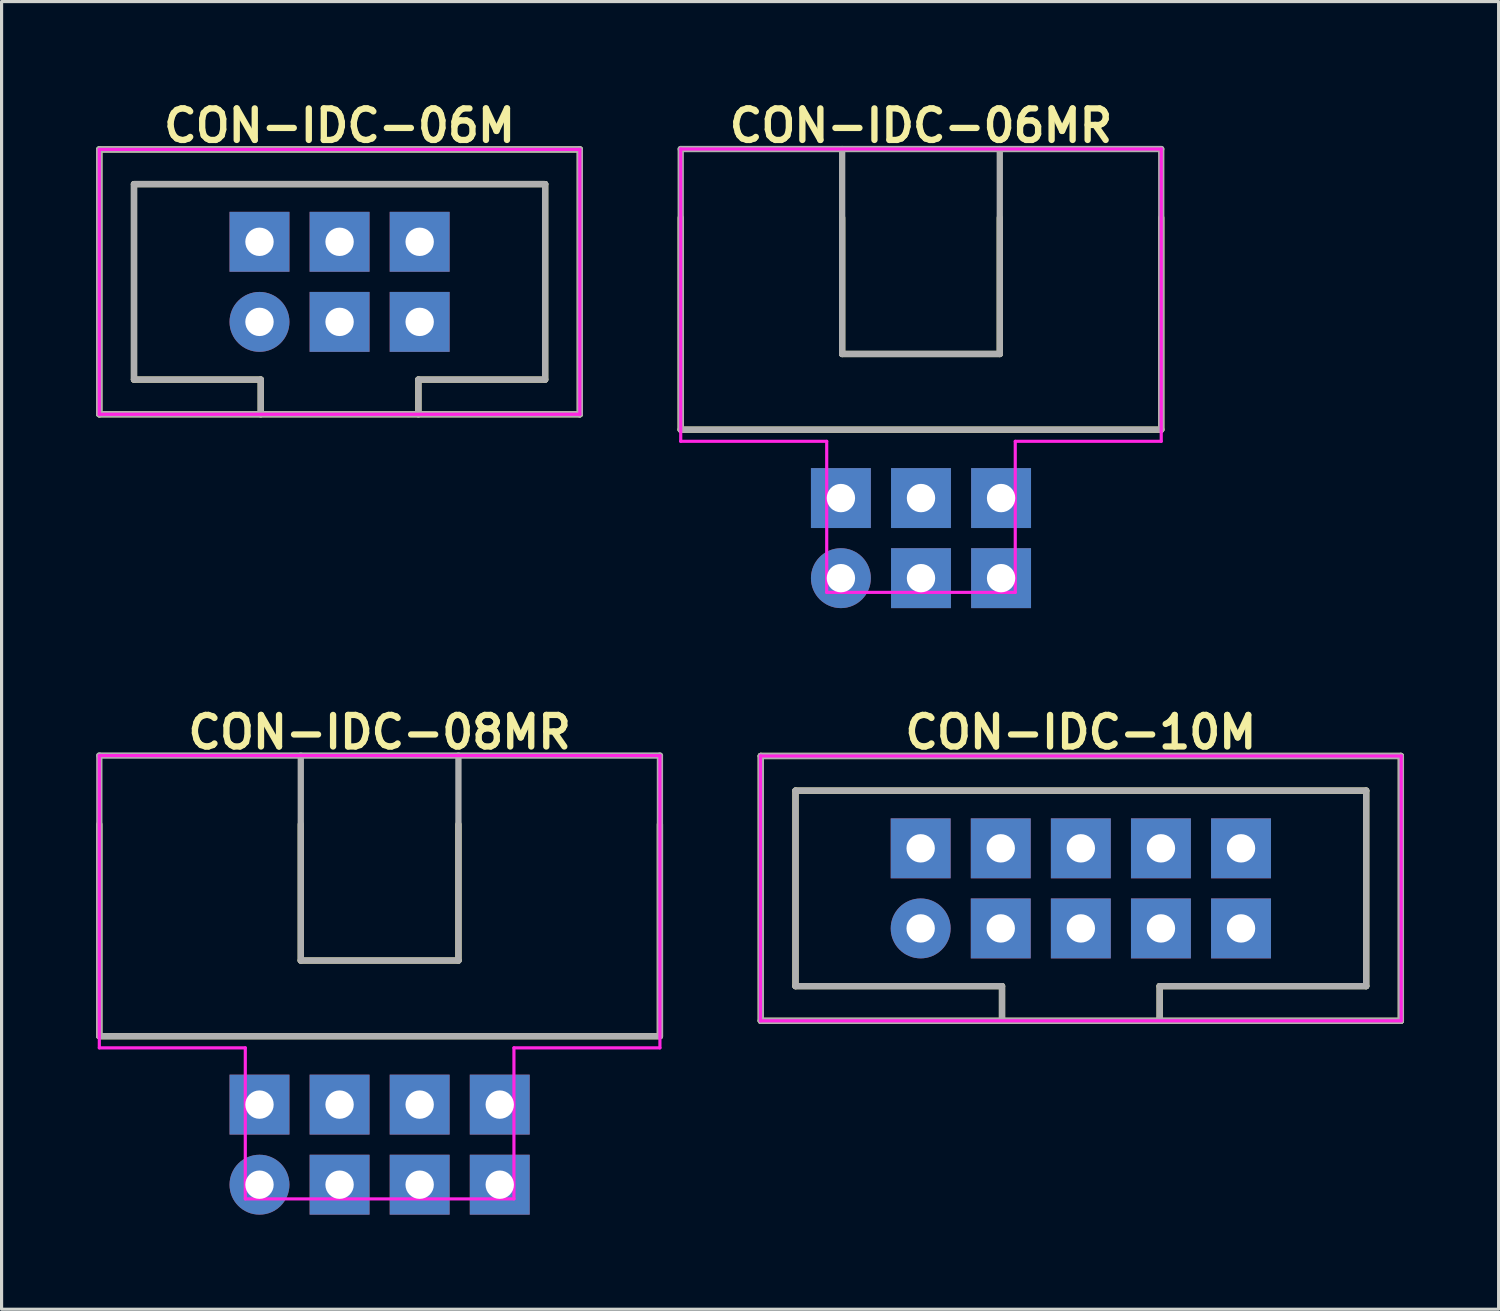
<source format=kicad_pcb>
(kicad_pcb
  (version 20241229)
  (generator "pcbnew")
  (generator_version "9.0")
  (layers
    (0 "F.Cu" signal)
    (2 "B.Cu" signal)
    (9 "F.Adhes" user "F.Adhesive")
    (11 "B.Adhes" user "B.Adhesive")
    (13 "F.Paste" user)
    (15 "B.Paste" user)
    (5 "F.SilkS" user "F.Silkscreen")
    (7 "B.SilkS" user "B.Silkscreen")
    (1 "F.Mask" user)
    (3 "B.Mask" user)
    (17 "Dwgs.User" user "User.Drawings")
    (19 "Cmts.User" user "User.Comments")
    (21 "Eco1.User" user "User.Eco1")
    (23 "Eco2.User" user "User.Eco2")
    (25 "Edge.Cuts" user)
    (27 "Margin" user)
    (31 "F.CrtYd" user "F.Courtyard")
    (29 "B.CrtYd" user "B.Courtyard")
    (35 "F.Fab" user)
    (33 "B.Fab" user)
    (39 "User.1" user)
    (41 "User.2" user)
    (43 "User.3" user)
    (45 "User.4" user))
  (footprint "CON-IDC-06MR"
    (layer "F.Cu")
    (at 26.16 14.017)
    (property "Reference" "CON-IDC-06MR" (at 0 -13.081 0) (layer "F.SilkS") (effects (font (size 1 1) (thickness 0.2))))
    (attr through_hole)
    (fp_line (start -7.62 -10.16) (end -7.62 -3.44) (stroke (width 0.2) (type solid)) (layer "F.SilkS"))
    (fp_line (start -7.62 -3.44) (end 7.62 -3.44) (stroke (width 0.2) (type solid)) (layer "F.SilkS"))
    (fp_line (start -2.5 -10.16) (end -2.5 -5.84) (stroke (width 0.2) (type solid)) (layer "F.SilkS"))
    (fp_line (start -2.5 -5.84) (end 2.5 -5.84) (stroke (width 0.2) (type solid)) (layer "F.SilkS"))
    (fp_line (start 2.5 -10.16) (end 2.5 -5.84) (stroke (width 0.2) (type solid)) (layer "F.SilkS"))
    (fp_line (start 7.62 -10.16) (end 7.62 -3.44) (stroke (width 0.2) (type solid)) (layer "F.SilkS"))
    (fp_line (start -7.62 -12.34) (end -7.62 -3.07) (stroke (width 0.1) (type solid)) (layer "F.CrtYd"))
    (fp_line (start -7.62 -12.34) (end 7.62 -12.34) (stroke (width 0.1) (type solid)) (layer "F.CrtYd"))
    (fp_line (start -7.62 -3.07) (end -2.99 -3.07) (stroke (width 0.1) (type solid)) (layer "F.CrtYd"))
    (fp_line (start -2.99 -3.07) (end -2.99 1.72) (stroke (width 0.1) (type solid)) (layer "F.CrtYd"))
    (fp_line (start -2.99 1.72) (end 2.99 1.72) (stroke (width 0.1) (type solid)) (layer "F.CrtYd"))
    (fp_line (start 2.99 -3.07) (end 2.99 1.72) (stroke (width 0.1) (type solid)) (layer "F.CrtYd"))
    (fp_line (start 2.99 -3.07) (end 7.62 -3.07) (stroke (width 0.1) (type solid)) (layer "F.CrtYd"))
    (fp_line (start 7.62 -12.34) (end 7.62 -3.07) (stroke (width 0.1) (type solid)) (layer "F.CrtYd"))
    (fp_line (start -7.62 -12.34) (end -7.62 -3.44) (stroke (width 0.2) (type solid)) (layer "F.Fab"))
    (fp_line (start -7.62 -12.34) (end 7.62 -12.34) (stroke (width 0.2) (type solid)) (layer "F.Fab"))
    (fp_line (start -7.62 -3.44) (end 7.62 -3.44) (stroke (width 0.2) (type solid)) (layer "F.Fab"))
    (fp_line (start -2.5 -12.34) (end -2.5 -5.84) (stroke (width 0.2) (type solid)) (layer "F.Fab"))
    (fp_line (start -2.5 -5.84) (end 2.5 -5.84) (stroke (width 0.2) (type solid)) (layer "F.Fab"))
    (fp_line (start 2.5 -12.34) (end 2.5 -5.84) (stroke (width 0.2) (type solid)) (layer "F.Fab"))
    (fp_line (start 7.62 -12.34) (end 7.62 -3.44) (stroke (width 0.2) (type solid)) (layer "F.Fab"))
    (pad "1" thru_hole circle (at -2.54 1.27) (size 1.9 1.9) (drill 0.9) (layers "*.Cu" "*.Mask"))
    (pad "2" thru_hole rect (at -2.54 -1.27) (size 1.9 1.9) (drill 0.9) (layers "*.Cu" "*.Mask"))
    (pad "3" thru_hole rect (at 0 1.27) (size 1.9 1.9) (drill 0.9) (layers "*.Cu" "*.Mask"))
    (pad "4" thru_hole rect (at 0 -1.27) (size 1.9 1.9) (drill 0.9) (layers "*.Cu" "*.Mask"))
    (pad "5" thru_hole rect (at 2.54 1.27) (size 1.9 1.9) (drill 0.9) (layers "*.Cu" "*.Mask"))
    (pad "6" thru_hole rect (at 2.54 -1.27) (size 1.9 1.9) (drill 0.9) (layers "*.Cu" "*.Mask")))
  (footprint "CON-IDC-10M"
    (layer "F.Cu")
    (at 31.23 25.126)
    (property "Reference" "CON-IDC-10M" (at 0 -4.953 0) (layer "F.SilkS") (effects (font (size 1 1) (thickness 0.2))))
    (attr through_hole)
    (fp_line (start -10.15 -4.2) (end -10.15 4.2) (stroke (width 0.2) (type solid)) (layer "F.SilkS"))
    (fp_line (start -10.15 -4.2) (end 10.15 -4.2) (stroke (width 0.2) (type solid)) (layer "F.SilkS"))
    (fp_line (start -10.15 4.2) (end 10.15 4.2) (stroke (width 0.2) (type solid)) (layer "F.SilkS"))
    (fp_line (start -9.05 -3.1) (end -9.05 3.1) (stroke (width 0.2) (type solid)) (layer "F.SilkS"))
    (fp_line (start -9.05 -3.1) (end 9.05 -3.1) (stroke (width 0.2) (type solid)) (layer "F.SilkS"))
    (fp_line (start -9.05 3.1) (end -2.5 3.1) (stroke (width 0.2) (type solid)) (layer "F.SilkS"))
    (fp_line (start -2.5 3.1) (end -2.5 4.2) (stroke (width 0.2) (type solid)) (layer "F.SilkS"))
    (fp_line (start 2.5 3.1) (end 2.5 4.2) (stroke (width 0.2) (type solid)) (layer "F.SilkS"))
    (fp_line (start 2.5 3.1) (end 9.05 3.1) (stroke (width 0.2) (type solid)) (layer "F.SilkS"))
    (fp_line (start 9.05 -3.1) (end 9.05 3.1) (stroke (width 0.2) (type solid)) (layer "F.SilkS"))
    (fp_line (start 10.15 -4.2) (end 10.15 4.2) (stroke (width 0.2) (type solid)) (layer "F.SilkS"))
    (fp_line (start -10.16 -4.2) (end -10.16 4.2) (stroke (width 0.1) (type solid)) (layer "F.CrtYd"))
    (fp_line (start -10.16 -4.2) (end 10.16 -4.2) (stroke (width 0.1) (type solid)) (layer "F.CrtYd"))
    (fp_line (start -10.16 4.2) (end 10.16 4.2) (stroke (width 0.1) (type solid)) (layer "F.CrtYd"))
    (fp_line (start 10.16 -4.2) (end 10.16 4.2) (stroke (width 0.1) (type solid)) (layer "F.CrtYd"))
    (fp_line (start -10.15 -4.2) (end -10.15 4.2) (stroke (width 0.2) (type solid)) (layer "F.Fab"))
    (fp_line (start -10.15 -4.2) (end 10.15 -4.2) (stroke (width 0.2) (type solid)) (layer "F.Fab"))
    (fp_line (start -10.15 4.2) (end 10.15 4.2) (stroke (width 0.2) (type solid)) (layer "F.Fab"))
    (fp_line (start -9.05 -3.1) (end -9.05 3.1) (stroke (width 0.2) (type solid)) (layer "F.Fab"))
    (fp_line (start -9.05 -3.1) (end 9.05 -3.1) (stroke (width 0.2) (type solid)) (layer "F.Fab"))
    (fp_line (start -9.05 3.1) (end -2.5 3.1) (stroke (width 0.2) (type solid)) (layer "F.Fab"))
    (fp_line (start -2.5 3.1) (end -2.5 4.2) (stroke (width 0.2) (type solid)) (layer "F.Fab"))
    (fp_line (start 2.5 3.1) (end 2.5 4.2) (stroke (width 0.2) (type solid)) (layer "F.Fab"))
    (fp_line (start 2.5 3.1) (end 9.05 3.1) (stroke (width 0.2) (type solid)) (layer "F.Fab"))
    (fp_line (start 9.05 -3.1) (end 9.05 3.1) (stroke (width 0.2) (type solid)) (layer "F.Fab"))
    (fp_line (start 10.15 -4.2) (end 10.15 4.2) (stroke (width 0.2) (type solid)) (layer "F.Fab"))
    (pad "1" thru_hole circle (at -5.08 1.27) (size 1.9 1.9) (drill 0.9) (layers "*.Cu" "*.Mask"))
    (pad "2" thru_hole rect (at -5.08 -1.27) (size 1.9 1.9) (drill 0.9) (layers "*.Cu" "*.Mask"))
    (pad "3" thru_hole rect (at -2.54 1.27) (size 1.9 1.9) (drill 0.9) (layers "*.Cu" "*.Mask"))
    (pad "4" thru_hole rect (at -2.54 -1.27) (size 1.9 1.9) (drill 0.9) (layers "*.Cu" "*.Mask"))
    (pad "5" thru_hole rect (at 0 1.27) (size 1.9 1.9) (drill 0.9) (layers "*.Cu" "*.Mask"))
    (pad "6" thru_hole rect (at 0 -1.27) (size 1.9 1.9) (drill 0.9) (layers "*.Cu" "*.Mask"))
    (pad "7" thru_hole rect (at 2.54 1.27) (size 1.9 1.9) (drill 0.9) (layers "*.Cu" "*.Mask"))
    (pad "8" thru_hole rect (at 2.54 -1.27) (size 1.9 1.9) (drill 0.9) (layers "*.Cu" "*.Mask"))
    (pad "9" thru_hole rect (at 5.08 1.27) (size 1.9 1.9) (drill 0.9) (layers "*.Cu" "*.Mask"))
    (pad "10" thru_hole rect (at 5.08 -1.27) (size 1.9 1.9) (drill 0.9) (layers "*.Cu" "*.Mask")))
  (footprint "CON-IDC-06M"
    (layer "F.Cu")
    (at 7.72 5.889)
    (property "Reference" "CON-IDC-06M" (at 0 -4.953 0) (layer "F.SilkS") (effects (font (size 1 1) (thickness 0.2))))
    (attr through_hole)
    (fp_line (start -7.62 -4.2) (end -7.62 4.2) (stroke (width 0.2) (type solid)) (layer "F.SilkS"))
    (fp_line (start -7.62 -4.2) (end 7.62 -4.2) (stroke (width 0.2) (type solid)) (layer "F.SilkS"))
    (fp_line (start -7.62 4.2) (end 7.62 4.2) (stroke (width 0.2) (type solid)) (layer "F.SilkS"))
    (fp_line (start -6.52 -3.1) (end -6.52 3.1) (stroke (width 0.2) (type solid)) (layer "F.SilkS"))
    (fp_line (start -6.52 -3.1) (end 6.52 -3.1) (stroke (width 0.2) (type solid)) (layer "F.SilkS"))
    (fp_line (start -6.52 3.1) (end -2.5 3.1) (stroke (width 0.2) (type solid)) (layer "F.SilkS"))
    (fp_line (start -2.5 3.1) (end -2.5 4.2) (stroke (width 0.2) (type solid)) (layer "F.SilkS"))
    (fp_line (start 2.5 3.1) (end 2.5 4.2) (stroke (width 0.2) (type solid)) (layer "F.SilkS"))
    (fp_line (start 2.5 3.1) (end 6.52 3.1) (stroke (width 0.2) (type solid)) (layer "F.SilkS"))
    (fp_line (start 6.52 -3.1) (end 6.52 3.1) (stroke (width 0.2) (type solid)) (layer "F.SilkS"))
    (fp_line (start 7.62 -4.2) (end 7.62 4.2) (stroke (width 0.2) (type solid)) (layer "F.SilkS"))
    (fp_line (start -7.62 -4.2) (end -7.62 4.2) (stroke (width 0.1) (type solid)) (layer "F.CrtYd"))
    (fp_line (start -7.62 -4.2) (end 7.62 -4.2) (stroke (width 0.1) (type solid)) (layer "F.CrtYd"))
    (fp_line (start -7.62 4.2) (end 7.62 4.2) (stroke (width 0.1) (type solid)) (layer "F.CrtYd"))
    (fp_line (start 7.62 -4.2) (end 7.62 4.2) (stroke (width 0.1) (type solid)) (layer "F.CrtYd"))
    (fp_line (start -7.62 -4.2) (end -7.62 4.2) (stroke (width 0.2) (type solid)) (layer "F.Fab"))
    (fp_line (start -7.62 -4.2) (end 7.62 -4.2) (stroke (width 0.2) (type solid)) (layer "F.Fab"))
    (fp_line (start -7.62 4.2) (end 7.62 4.2) (stroke (width 0.2) (type solid)) (layer "F.Fab"))
    (fp_line (start -6.52 -3.1) (end -6.52 3.1) (stroke (width 0.2) (type solid)) (layer "F.Fab"))
    (fp_line (start -6.52 -3.1) (end 6.52 -3.1) (stroke (width 0.2) (type solid)) (layer "F.Fab"))
    (fp_line (start -6.52 3.1) (end -2.5 3.1) (stroke (width 0.2) (type solid)) (layer "F.Fab"))
    (fp_line (start -2.5 3.1) (end -2.5 4.2) (stroke (width 0.2) (type solid)) (layer "F.Fab"))
    (fp_line (start 2.5 3.1) (end 2.5 4.2) (stroke (width 0.2) (type solid)) (layer "F.Fab"))
    (fp_line (start 2.5 3.1) (end 6.52 3.1) (stroke (width 0.2) (type solid)) (layer "F.Fab"))
    (fp_line (start 6.52 -3.1) (end 6.52 3.1) (stroke (width 0.2) (type solid)) (layer "F.Fab"))
    (fp_line (start 7.62 -4.2) (end 7.62 4.2) (stroke (width 0.2) (type solid)) (layer "F.Fab"))
    (pad "1" thru_hole circle (at -2.54 1.27) (size 1.9 1.9) (drill 0.9) (layers "*.Cu" "*.Mask"))
    (pad "2" thru_hole rect (at -2.54 -1.27) (size 1.9 1.9) (drill 0.9) (layers "*.Cu" "*.Mask"))
    (pad "3" thru_hole rect (at 0 1.27) (size 1.9 1.9) (drill 0.9) (layers "*.Cu" "*.Mask"))
    (pad "4" thru_hole rect (at 0 -1.27) (size 1.9 1.9) (drill 0.9) (layers "*.Cu" "*.Mask"))
    (pad "5" thru_hole rect (at 2.54 1.27) (size 1.9 1.9) (drill 0.9) (layers "*.Cu" "*.Mask"))
    (pad "6" thru_hole rect (at 2.54 -1.27) (size 1.9 1.9) (drill 0.9) (layers "*.Cu" "*.Mask")))
  (footprint "CON-IDC-08MR"
    (layer "F.Cu")
    (at 8.99 33.254)
    (property "Reference" "CON-IDC-08MR" (at 0 -13.081 0) (layer "F.SilkS") (effects (font (size 1 1) (thickness 0.2))))
    (attr through_hole)
    (fp_line (start -8.89 -10.16) (end -8.89 -3.44) (stroke (width 0.2) (type solid)) (layer "F.SilkS"))
    (fp_line (start -8.89 -3.44) (end 8.89 -3.44) (stroke (width 0.2) (type solid)) (layer "F.SilkS"))
    (fp_line (start -2.5 -10.16) (end -2.5 -5.84) (stroke (width 0.2) (type solid)) (layer "F.SilkS"))
    (fp_line (start -2.5 -5.84) (end 2.5 -5.84) (stroke (width 0.2) (type solid)) (layer "F.SilkS"))
    (fp_line (start 2.5 -10.16) (end 2.5 -5.84) (stroke (width 0.2) (type solid)) (layer "F.SilkS"))
    (fp_line (start 8.89 -10.16) (end 8.89 -3.44) (stroke (width 0.2) (type solid)) (layer "F.SilkS"))
    (fp_line (start -8.89 -12.34) (end -8.89 -3.07) (stroke (width 0.1) (type solid)) (layer "F.CrtYd"))
    (fp_line (start -8.89 -12.34) (end 8.89 -12.34) (stroke (width 0.1) (type solid)) (layer "F.CrtYd"))
    (fp_line (start -8.89 -3.07) (end -4.26 -3.07) (stroke (width 0.1) (type solid)) (layer "F.CrtYd"))
    (fp_line (start -4.26 -3.07) (end -4.26 1.72) (stroke (width 0.1) (type solid)) (layer "F.CrtYd"))
    (fp_line (start -4.26 1.72) (end 4.26 1.72) (stroke (width 0.1) (type solid)) (layer "F.CrtYd"))
    (fp_line (start 4.26 -3.07) (end 4.26 1.72) (stroke (width 0.1) (type solid)) (layer "F.CrtYd"))
    (fp_line (start 4.26 -3.07) (end 8.89 -3.07) (stroke (width 0.1) (type solid)) (layer "F.CrtYd"))
    (fp_line (start 8.89 -12.34) (end 8.89 -3.07) (stroke (width 0.1) (type solid)) (layer "F.CrtYd"))
    (fp_line (start -8.89 -12.34) (end -8.89 -3.44) (stroke (width 0.2) (type solid)) (layer "F.Fab"))
    (fp_line (start -8.89 -12.34) (end 8.89 -12.34) (stroke (width 0.2) (type solid)) (layer "F.Fab"))
    (fp_line (start -8.89 -3.44) (end 8.89 -3.44) (stroke (width 0.2) (type solid)) (layer "F.Fab"))
    (fp_line (start -2.5 -12.34) (end -2.5 -5.84) (stroke (width 0.2) (type solid)) (layer "F.Fab"))
    (fp_line (start -2.5 -5.84) (end 2.5 -5.84) (stroke (width 0.2) (type solid)) (layer "F.Fab"))
    (fp_line (start 2.5 -12.34) (end 2.5 -5.84) (stroke (width 0.2) (type solid)) (layer "F.Fab"))
    (fp_line (start 8.89 -12.34) (end 8.89 -3.44) (stroke (width 0.2) (type solid)) (layer "F.Fab"))
    (pad "1" thru_hole circle (at -3.81 1.27) (size 1.9 1.9) (drill 0.9) (layers "*.Cu" "*.Mask"))
    (pad "2" thru_hole rect (at -3.81 -1.27) (size 1.9 1.9) (drill 0.9) (layers "*.Cu" "*.Mask"))
    (pad "3" thru_hole rect (at -1.27 1.27) (size 1.9 1.9) (drill 0.9) (layers "*.Cu" "*.Mask"))
    (pad "4" thru_hole rect (at -1.27 -1.27) (size 1.9 1.9) (drill 0.9) (layers "*.Cu" "*.Mask"))
    (pad "5" thru_hole rect (at 1.27 1.27) (size 1.9 1.9) (drill 0.9) (layers "*.Cu" "*.Mask"))
    (pad "6" thru_hole rect (at 1.27 -1.27) (size 1.9 1.9) (drill 0.9) (layers "*.Cu" "*.Mask"))
    (pad "7" thru_hole rect (at 3.81 1.27) (size 1.9 1.9) (drill 0.9) (layers "*.Cu" "*.Mask"))
    (pad "8" thru_hole rect (at 3.81 -1.27) (size 1.9 1.9) (drill 0.9) (layers "*.Cu" "*.Mask")))
  (gr_rect
    (start -3 -3)
    (end 44.48 38.474)
    (stroke (width 0.1) (type default))
    (fill no)
    (layer "Edge.Cuts")))
</source>
